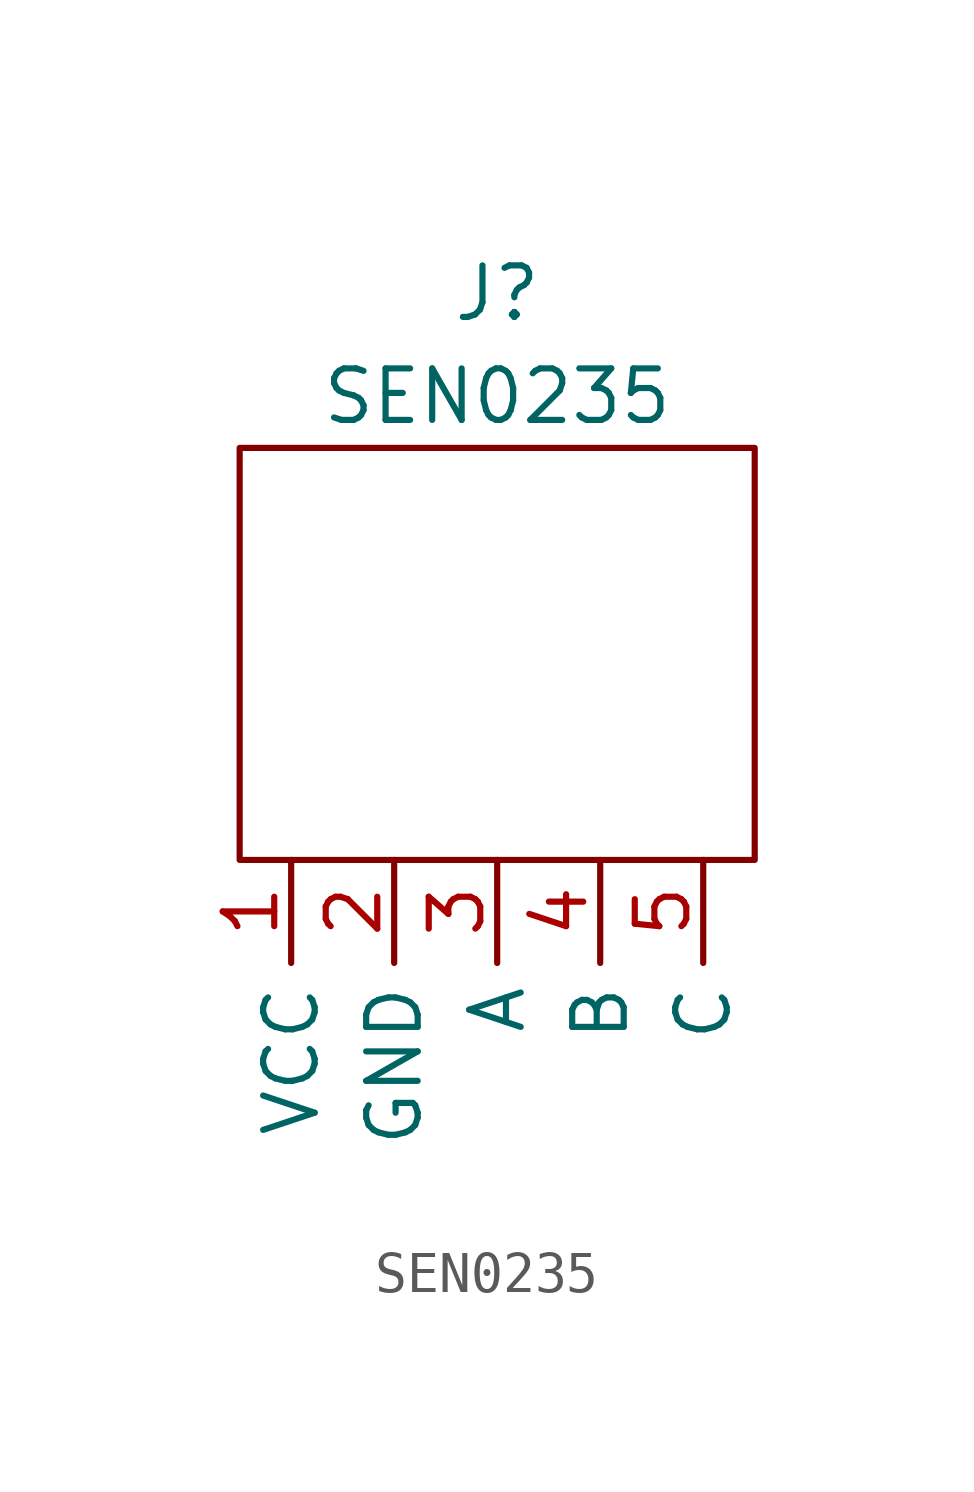
<source format=kicad_sym>
(kicad_symbol_lib
  (version 20211014)
  (generator kicad_symbol_editor)
  (symbol "SEN0235"
    (property "Reference" "J"
      (at 0 12.7 0)
      (effects (font (size 1.27 1.27))))
    (property "Value" "SEN0235"
      (at 0 10.16 0)
      (effects (font (size 1.27 1.27))))
    (symbol "SEN0235_0_1"
      (rectangle (start -6.35 8.89) (end 6.35 -1.27) (stroke (width 0.152) (type default) (color 0 0 0 0)) (fill (type none))))
    (symbol "SEN0235_1_1"
      (pin power_in line (at -5.08 -1.27 270) (length 2.54) (name "VCC" (effects (font (size 1.27 1.27)))) (number "1" (effects (font (size 1.27 1.27)))))
      (pin power_in line (at -2.54 -1.27 270) (length 2.54) (name "GND" (effects (font (size 1.27 1.27)))) (number "2" (effects (font (size 1.27 1.27)))))
      (pin output line (at 0 -1.27 270) (length 2.54) (name "A" (effects (font (size 1.27 1.27)))) (number "3" (effects (font (size 1.27 1.27)))))
      (pin output line (at 2.54 -1.27 270) (length 2.54) (name "B" (effects (font (size 1.27 1.27)))) (number "4" (effects (font (size 1.27 1.27)))))
      (pin output line (at 5.08 -1.27 270) (length 2.54) (name "C" (effects (font (size 1.27 1.27)))) (number "5" (effects (font (size 1.27 1.27))))))))
</source>
